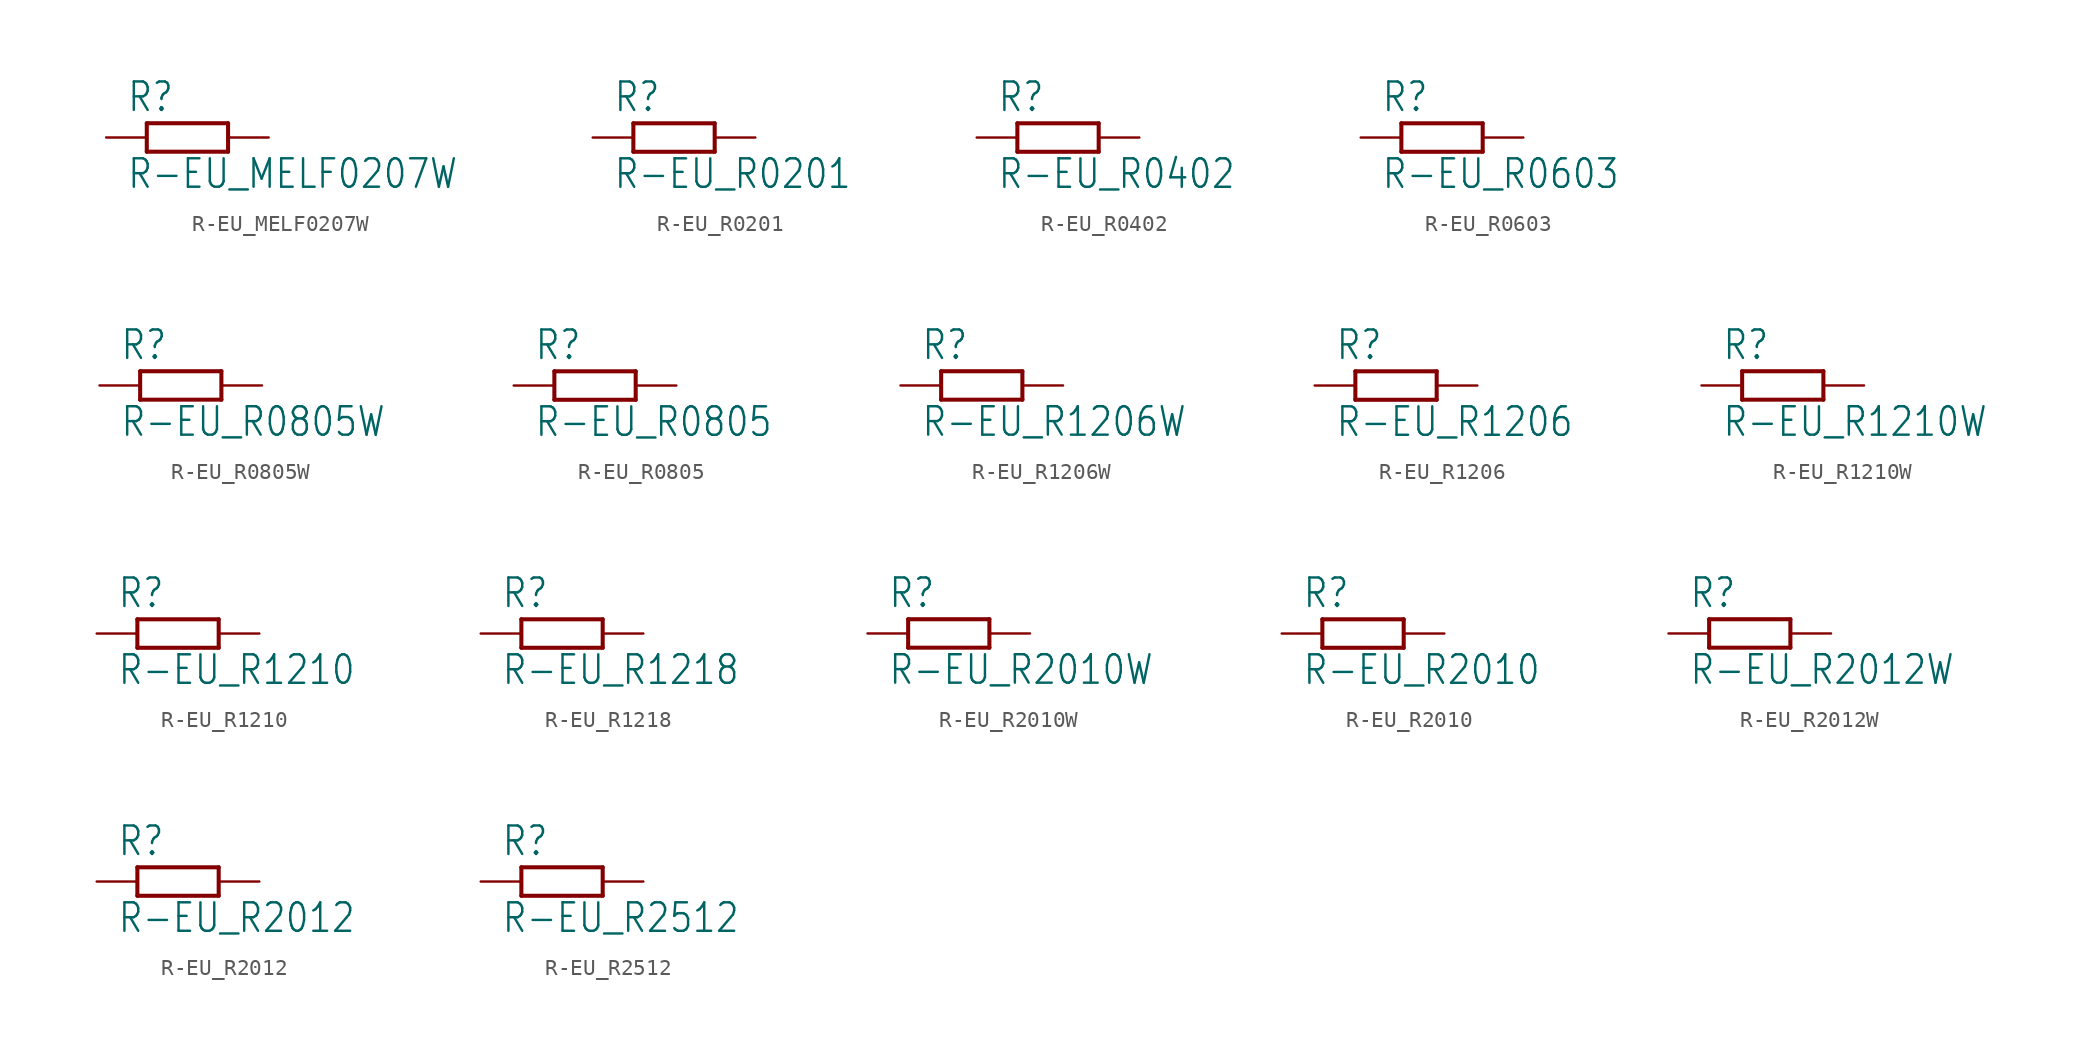
<source format=kicad_sym>
(kicad_symbol_lib
  (version 20220331)
  (generator kicad_symbol_editor)
  (symbol "R-EU_MELF0207W"
    (property "Reference" "R"
      (at -3.81 1.499 0)
      (effects (font (size 1.778 1.511)) (justify left bottom)))
    (property "Value" "R-EU_MELF0207W"
      (at -3.81 -3.302 0)
      (effects (font (size 1.778 1.511)) (justify left bottom)))
    (property "ki_locked" ""
      (at 0 0 0)
      (effects (font (size 1.27 1.27))))
    (symbol "R-EU_MELF0207W_1_0"
      (polyline (pts (xy -2.54 -0.889) (xy -2.54 0.889)) (stroke (width 0.254) (type solid)) (fill (type none)))
      (polyline (pts (xy -2.54 -0.889) (xy 2.54 -0.889)) (stroke (width 0.254) (type solid)) (fill (type none)))
      (polyline (pts (xy 2.54 -0.889) (xy 2.54 0.889)) (stroke (width 0.254) (type solid)) (fill (type none)))
      (polyline (pts (xy 2.54 0.889) (xy -2.54 0.889)) (stroke (width 0.254) (type solid)) (fill (type none)))
      (pin passive line (at -5.08 0 0) (length 2.54) (name "1" (effects (font (size 0 0)))) (number "1" (effects (font (size 0 0)))))
      (pin passive line (at 5.08 0 180) (length 2.54) (name "2" (effects (font (size 0 0)))) (number "2" (effects (font (size 0 0)))))))
  (symbol "R-EU_R0201"
    (property "Reference" "R"
      (at -3.81 1.499 0)
      (effects (font (size 1.778 1.511)) (justify left bottom)))
    (property "Value" "R-EU_R0201"
      (at -3.81 -3.302 0)
      (effects (font (size 1.778 1.511)) (justify left bottom)))
    (property "ki_locked" ""
      (at 0 0 0)
      (effects (font (size 1.27 1.27))))
    (symbol "R-EU_R0201_1_0"
      (polyline (pts (xy -2.54 -0.889) (xy -2.54 0.889)) (stroke (width 0.254) (type solid)) (fill (type none)))
      (polyline (pts (xy -2.54 -0.889) (xy 2.54 -0.889)) (stroke (width 0.254) (type solid)) (fill (type none)))
      (polyline (pts (xy 2.54 -0.889) (xy 2.54 0.889)) (stroke (width 0.254) (type solid)) (fill (type none)))
      (polyline (pts (xy 2.54 0.889) (xy -2.54 0.889)) (stroke (width 0.254) (type solid)) (fill (type none)))
      (pin passive line (at -5.08 0 0) (length 2.54) (name "1" (effects (font (size 0 0)))) (number "1" (effects (font (size 0 0)))))
      (pin passive line (at 5.08 0 180) (length 2.54) (name "2" (effects (font (size 0 0)))) (number "2" (effects (font (size 0 0)))))))
  (symbol "R-EU_R0402"
    (property "Reference" "R"
      (at -3.81 1.499 0)
      (effects (font (size 1.778 1.511)) (justify left bottom)))
    (property "Value" "R-EU_R0402"
      (at -3.81 -3.302 0)
      (effects (font (size 1.778 1.511)) (justify left bottom)))
    (property "ki_locked" ""
      (at 0 0 0)
      (effects (font (size 1.27 1.27))))
    (symbol "R-EU_R0402_1_0"
      (polyline (pts (xy -2.54 -0.889) (xy -2.54 0.889)) (stroke (width 0.254) (type solid)) (fill (type none)))
      (polyline (pts (xy -2.54 -0.889) (xy 2.54 -0.889)) (stroke (width 0.254) (type solid)) (fill (type none)))
      (polyline (pts (xy 2.54 -0.889) (xy 2.54 0.889)) (stroke (width 0.254) (type solid)) (fill (type none)))
      (polyline (pts (xy 2.54 0.889) (xy -2.54 0.889)) (stroke (width 0.254) (type solid)) (fill (type none)))
      (pin passive line (at -5.08 0 0) (length 2.54) (name "1" (effects (font (size 0 0)))) (number "1" (effects (font (size 0 0)))))
      (pin passive line (at 5.08 0 180) (length 2.54) (name "2" (effects (font (size 0 0)))) (number "2" (effects (font (size 0 0)))))))
  (symbol "R-EU_R0603"
    (property "Reference" "R"
      (at -3.81 1.499 0)
      (effects (font (size 1.778 1.511)) (justify left bottom)))
    (property "Value" "R-EU_R0603"
      (at -3.81 -3.302 0)
      (effects (font (size 1.778 1.511)) (justify left bottom)))
    (property "ki_locked" ""
      (at 0 0 0)
      (effects (font (size 1.27 1.27))))
    (symbol "R-EU_R0603_1_0"
      (polyline (pts (xy -2.54 -0.889) (xy -2.54 0.889)) (stroke (width 0.254) (type solid)) (fill (type none)))
      (polyline (pts (xy -2.54 -0.889) (xy 2.54 -0.889)) (stroke (width 0.254) (type solid)) (fill (type none)))
      (polyline (pts (xy 2.54 -0.889) (xy 2.54 0.889)) (stroke (width 0.254) (type solid)) (fill (type none)))
      (polyline (pts (xy 2.54 0.889) (xy -2.54 0.889)) (stroke (width 0.254) (type solid)) (fill (type none)))
      (pin passive line (at -5.08 0 0) (length 2.54) (name "1" (effects (font (size 0 0)))) (number "1" (effects (font (size 0 0)))))
      (pin passive line (at 5.08 0 180) (length 2.54) (name "2" (effects (font (size 0 0)))) (number "2" (effects (font (size 0 0)))))))
  (symbol "R-EU_R0805W"
    (property "Reference" "R"
      (at -3.81 1.499 0)
      (effects (font (size 1.778 1.511)) (justify left bottom)))
    (property "Value" "R-EU_R0805W"
      (at -3.81 -3.302 0)
      (effects (font (size 1.778 1.511)) (justify left bottom)))
    (property "ki_locked" ""
      (at 0 0 0)
      (effects (font (size 1.27 1.27))))
    (symbol "R-EU_R0805W_1_0"
      (polyline (pts (xy -2.54 -0.889) (xy -2.54 0.889)) (stroke (width 0.254) (type solid)) (fill (type none)))
      (polyline (pts (xy -2.54 -0.889) (xy 2.54 -0.889)) (stroke (width 0.254) (type solid)) (fill (type none)))
      (polyline (pts (xy 2.54 -0.889) (xy 2.54 0.889)) (stroke (width 0.254) (type solid)) (fill (type none)))
      (polyline (pts (xy 2.54 0.889) (xy -2.54 0.889)) (stroke (width 0.254) (type solid)) (fill (type none)))
      (pin passive line (at -5.08 0 0) (length 2.54) (name "1" (effects (font (size 0 0)))) (number "1" (effects (font (size 0 0)))))
      (pin passive line (at 5.08 0 180) (length 2.54) (name "2" (effects (font (size 0 0)))) (number "2" (effects (font (size 0 0)))))))
  (symbol "R-EU_R0805"
    (property "Reference" "R"
      (at -3.81 1.499 0)
      (effects (font (size 1.778 1.511)) (justify left bottom)))
    (property "Value" "R-EU_R0805"
      (at -3.81 -3.302 0)
      (effects (font (size 1.778 1.511)) (justify left bottom)))
    (property "ki_locked" ""
      (at 0 0 0)
      (effects (font (size 1.27 1.27))))
    (symbol "R-EU_R0805_1_0"
      (polyline (pts (xy -2.54 -0.889) (xy -2.54 0.889)) (stroke (width 0.254) (type solid)) (fill (type none)))
      (polyline (pts (xy -2.54 -0.889) (xy 2.54 -0.889)) (stroke (width 0.254) (type solid)) (fill (type none)))
      (polyline (pts (xy 2.54 -0.889) (xy 2.54 0.889)) (stroke (width 0.254) (type solid)) (fill (type none)))
      (polyline (pts (xy 2.54 0.889) (xy -2.54 0.889)) (stroke (width 0.254) (type solid)) (fill (type none)))
      (pin passive line (at -5.08 0 0) (length 2.54) (name "1" (effects (font (size 0 0)))) (number "1" (effects (font (size 0 0)))))
      (pin passive line (at 5.08 0 180) (length 2.54) (name "2" (effects (font (size 0 0)))) (number "2" (effects (font (size 0 0)))))))
  (symbol "R-EU_R1206W"
    (property "Reference" "R"
      (at -3.81 1.499 0)
      (effects (font (size 1.778 1.511)) (justify left bottom)))
    (property "Value" "R-EU_R1206W"
      (at -3.81 -3.302 0)
      (effects (font (size 1.778 1.511)) (justify left bottom)))
    (property "ki_locked" ""
      (at 0 0 0)
      (effects (font (size 1.27 1.27))))
    (symbol "R-EU_R1206W_1_0"
      (polyline (pts (xy -2.54 -0.889) (xy -2.54 0.889)) (stroke (width 0.254) (type solid)) (fill (type none)))
      (polyline (pts (xy -2.54 -0.889) (xy 2.54 -0.889)) (stroke (width 0.254) (type solid)) (fill (type none)))
      (polyline (pts (xy 2.54 -0.889) (xy 2.54 0.889)) (stroke (width 0.254) (type solid)) (fill (type none)))
      (polyline (pts (xy 2.54 0.889) (xy -2.54 0.889)) (stroke (width 0.254) (type solid)) (fill (type none)))
      (pin passive line (at -5.08 0 0) (length 2.54) (name "1" (effects (font (size 0 0)))) (number "1" (effects (font (size 0 0)))))
      (pin passive line (at 5.08 0 180) (length 2.54) (name "2" (effects (font (size 0 0)))) (number "2" (effects (font (size 0 0)))))))
  (symbol "R-EU_R1206"
    (property "Reference" "R"
      (at -3.81 1.499 0)
      (effects (font (size 1.778 1.511)) (justify left bottom)))
    (property "Value" "R-EU_R1206"
      (at -3.81 -3.302 0)
      (effects (font (size 1.778 1.511)) (justify left bottom)))
    (property "ki_locked" ""
      (at 0 0 0)
      (effects (font (size 1.27 1.27))))
    (symbol "R-EU_R1206_1_0"
      (polyline (pts (xy -2.54 -0.889) (xy -2.54 0.889)) (stroke (width 0.254) (type solid)) (fill (type none)))
      (polyline (pts (xy -2.54 -0.889) (xy 2.54 -0.889)) (stroke (width 0.254) (type solid)) (fill (type none)))
      (polyline (pts (xy 2.54 -0.889) (xy 2.54 0.889)) (stroke (width 0.254) (type solid)) (fill (type none)))
      (polyline (pts (xy 2.54 0.889) (xy -2.54 0.889)) (stroke (width 0.254) (type solid)) (fill (type none)))
      (pin passive line (at -5.08 0 0) (length 2.54) (name "1" (effects (font (size 0 0)))) (number "1" (effects (font (size 0 0)))))
      (pin passive line (at 5.08 0 180) (length 2.54) (name "2" (effects (font (size 0 0)))) (number "2" (effects (font (size 0 0)))))))
  (symbol "R-EU_R1210W"
    (property "Reference" "R"
      (at -3.81 1.499 0)
      (effects (font (size 1.778 1.511)) (justify left bottom)))
    (property "Value" "R-EU_R1210W"
      (at -3.81 -3.302 0)
      (effects (font (size 1.778 1.511)) (justify left bottom)))
    (property "ki_locked" ""
      (at 0 0 0)
      (effects (font (size 1.27 1.27))))
    (symbol "R-EU_R1210W_1_0"
      (polyline (pts (xy -2.54 -0.889) (xy -2.54 0.889)) (stroke (width 0.254) (type solid)) (fill (type none)))
      (polyline (pts (xy -2.54 -0.889) (xy 2.54 -0.889)) (stroke (width 0.254) (type solid)) (fill (type none)))
      (polyline (pts (xy 2.54 -0.889) (xy 2.54 0.889)) (stroke (width 0.254) (type solid)) (fill (type none)))
      (polyline (pts (xy 2.54 0.889) (xy -2.54 0.889)) (stroke (width 0.254) (type solid)) (fill (type none)))
      (pin passive line (at -5.08 0 0) (length 2.54) (name "1" (effects (font (size 0 0)))) (number "1" (effects (font (size 0 0)))))
      (pin passive line (at 5.08 0 180) (length 2.54) (name "2" (effects (font (size 0 0)))) (number "2" (effects (font (size 0 0)))))))
  (symbol "R-EU_R1210"
    (property "Reference" "R"
      (at -3.81 1.499 0)
      (effects (font (size 1.778 1.511)) (justify left bottom)))
    (property "Value" "R-EU_R1210"
      (at -3.81 -3.302 0)
      (effects (font (size 1.778 1.511)) (justify left bottom)))
    (property "ki_locked" ""
      (at 0 0 0)
      (effects (font (size 1.27 1.27))))
    (symbol "R-EU_R1210_1_0"
      (polyline (pts (xy -2.54 -0.889) (xy -2.54 0.889)) (stroke (width 0.254) (type solid)) (fill (type none)))
      (polyline (pts (xy -2.54 -0.889) (xy 2.54 -0.889)) (stroke (width 0.254) (type solid)) (fill (type none)))
      (polyline (pts (xy 2.54 -0.889) (xy 2.54 0.889)) (stroke (width 0.254) (type solid)) (fill (type none)))
      (polyline (pts (xy 2.54 0.889) (xy -2.54 0.889)) (stroke (width 0.254) (type solid)) (fill (type none)))
      (pin passive line (at -5.08 0 0) (length 2.54) (name "1" (effects (font (size 0 0)))) (number "1" (effects (font (size 0 0)))))
      (pin passive line (at 5.08 0 180) (length 2.54) (name "2" (effects (font (size 0 0)))) (number "2" (effects (font (size 0 0)))))))
  (symbol "R-EU_R1218"
    (property "Reference" "R"
      (at -3.81 1.499 0)
      (effects (font (size 1.778 1.511)) (justify left bottom)))
    (property "Value" "R-EU_R1218"
      (at -3.81 -3.302 0)
      (effects (font (size 1.778 1.511)) (justify left bottom)))
    (property "ki_locked" ""
      (at 0 0 0)
      (effects (font (size 1.27 1.27))))
    (symbol "R-EU_R1218_1_0"
      (polyline (pts (xy -2.54 -0.889) (xy -2.54 0.889)) (stroke (width 0.254) (type solid)) (fill (type none)))
      (polyline (pts (xy -2.54 -0.889) (xy 2.54 -0.889)) (stroke (width 0.254) (type solid)) (fill (type none)))
      (polyline (pts (xy 2.54 -0.889) (xy 2.54 0.889)) (stroke (width 0.254) (type solid)) (fill (type none)))
      (polyline (pts (xy 2.54 0.889) (xy -2.54 0.889)) (stroke (width 0.254) (type solid)) (fill (type none)))
      (pin passive line (at -5.08 0 0) (length 2.54) (name "1" (effects (font (size 0 0)))) (number "1" (effects (font (size 0 0)))))
      (pin passive line (at 5.08 0 180) (length 2.54) (name "2" (effects (font (size 0 0)))) (number "2" (effects (font (size 0 0)))))))
  (symbol "R-EU_R2010W"
    (property "Reference" "R"
      (at -3.81 1.499 0)
      (effects (font (size 1.778 1.511)) (justify left bottom)))
    (property "Value" "R-EU_R2010W"
      (at -3.81 -3.302 0)
      (effects (font (size 1.778 1.511)) (justify left bottom)))
    (property "ki_locked" ""
      (at 0 0 0)
      (effects (font (size 1.27 1.27))))
    (symbol "R-EU_R2010W_1_0"
      (polyline (pts (xy -2.54 -0.889) (xy -2.54 0.889)) (stroke (width 0.254) (type solid)) (fill (type none)))
      (polyline (pts (xy -2.54 -0.889) (xy 2.54 -0.889)) (stroke (width 0.254) (type solid)) (fill (type none)))
      (polyline (pts (xy 2.54 -0.889) (xy 2.54 0.889)) (stroke (width 0.254) (type solid)) (fill (type none)))
      (polyline (pts (xy 2.54 0.889) (xy -2.54 0.889)) (stroke (width 0.254) (type solid)) (fill (type none)))
      (pin passive line (at -5.08 0 0) (length 2.54) (name "1" (effects (font (size 0 0)))) (number "1" (effects (font (size 0 0)))))
      (pin passive line (at 5.08 0 180) (length 2.54) (name "2" (effects (font (size 0 0)))) (number "2" (effects (font (size 0 0)))))))
  (symbol "R-EU_R2010"
    (property "Reference" "R"
      (at -3.81 1.499 0)
      (effects (font (size 1.778 1.511)) (justify left bottom)))
    (property "Value" "R-EU_R2010"
      (at -3.81 -3.302 0)
      (effects (font (size 1.778 1.511)) (justify left bottom)))
    (property "ki_locked" ""
      (at 0 0 0)
      (effects (font (size 1.27 1.27))))
    (symbol "R-EU_R2010_1_0"
      (polyline (pts (xy -2.54 -0.889) (xy -2.54 0.889)) (stroke (width 0.254) (type solid)) (fill (type none)))
      (polyline (pts (xy -2.54 -0.889) (xy 2.54 -0.889)) (stroke (width 0.254) (type solid)) (fill (type none)))
      (polyline (pts (xy 2.54 -0.889) (xy 2.54 0.889)) (stroke (width 0.254) (type solid)) (fill (type none)))
      (polyline (pts (xy 2.54 0.889) (xy -2.54 0.889)) (stroke (width 0.254) (type solid)) (fill (type none)))
      (pin passive line (at -5.08 0 0) (length 2.54) (name "1" (effects (font (size 0 0)))) (number "1" (effects (font (size 0 0)))))
      (pin passive line (at 5.08 0 180) (length 2.54) (name "2" (effects (font (size 0 0)))) (number "2" (effects (font (size 0 0)))))))
  (symbol "R-EU_R2012W"
    (property "Reference" "R"
      (at -3.81 1.499 0)
      (effects (font (size 1.778 1.511)) (justify left bottom)))
    (property "Value" "R-EU_R2012W"
      (at -3.81 -3.302 0)
      (effects (font (size 1.778 1.511)) (justify left bottom)))
    (property "ki_locked" ""
      (at 0 0 0)
      (effects (font (size 1.27 1.27))))
    (symbol "R-EU_R2012W_1_0"
      (polyline (pts (xy -2.54 -0.889) (xy -2.54 0.889)) (stroke (width 0.254) (type solid)) (fill (type none)))
      (polyline (pts (xy -2.54 -0.889) (xy 2.54 -0.889)) (stroke (width 0.254) (type solid)) (fill (type none)))
      (polyline (pts (xy 2.54 -0.889) (xy 2.54 0.889)) (stroke (width 0.254) (type solid)) (fill (type none)))
      (polyline (pts (xy 2.54 0.889) (xy -2.54 0.889)) (stroke (width 0.254) (type solid)) (fill (type none)))
      (pin passive line (at -5.08 0 0) (length 2.54) (name "1" (effects (font (size 0 0)))) (number "1" (effects (font (size 0 0)))))
      (pin passive line (at 5.08 0 180) (length 2.54) (name "2" (effects (font (size 0 0)))) (number "2" (effects (font (size 0 0)))))))
  (symbol "R-EU_R2012"
    (property "Reference" "R"
      (at -3.81 1.499 0)
      (effects (font (size 1.778 1.511)) (justify left bottom)))
    (property "Value" "R-EU_R2012"
      (at -3.81 -3.302 0)
      (effects (font (size 1.778 1.511)) (justify left bottom)))
    (property "ki_locked" ""
      (at 0 0 0)
      (effects (font (size 1.27 1.27))))
    (symbol "R-EU_R2012_1_0"
      (polyline (pts (xy -2.54 -0.889) (xy -2.54 0.889)) (stroke (width 0.254) (type solid)) (fill (type none)))
      (polyline (pts (xy -2.54 -0.889) (xy 2.54 -0.889)) (stroke (width 0.254) (type solid)) (fill (type none)))
      (polyline (pts (xy 2.54 -0.889) (xy 2.54 0.889)) (stroke (width 0.254) (type solid)) (fill (type none)))
      (polyline (pts (xy 2.54 0.889) (xy -2.54 0.889)) (stroke (width 0.254) (type solid)) (fill (type none)))
      (pin passive line (at -5.08 0 0) (length 2.54) (name "1" (effects (font (size 0 0)))) (number "1" (effects (font (size 0 0)))))
      (pin passive line (at 5.08 0 180) (length 2.54) (name "2" (effects (font (size 0 0)))) (number "2" (effects (font (size 0 0)))))))
  (symbol "R-EU_R2512"
    (property "Reference" "R"
      (at -3.81 1.499 0)
      (effects (font (size 1.778 1.511)) (justify left bottom)))
    (property "Value" "R-EU_R2512"
      (at -3.81 -3.302 0)
      (effects (font (size 1.778 1.511)) (justify left bottom)))
    (property "ki_locked" ""
      (at 0 0 0)
      (effects (font (size 1.27 1.27))))
    (symbol "R-EU_R2512_1_0"
      (polyline (pts (xy -2.54 -0.889) (xy -2.54 0.889)) (stroke (width 0.254) (type solid)) (fill (type none)))
      (polyline (pts (xy -2.54 -0.889) (xy 2.54 -0.889)) (stroke (width 0.254) (type solid)) (fill (type none)))
      (polyline (pts (xy 2.54 -0.889) (xy 2.54 0.889)) (stroke (width 0.254) (type solid)) (fill (type none)))
      (polyline (pts (xy 2.54 0.889) (xy -2.54 0.889)) (stroke (width 0.254) (type solid)) (fill (type none)))
      (pin passive line (at -5.08 0 0) (length 2.54) (name "1" (effects (font (size 0 0)))) (number "1" (effects (font (size 0 0)))))
      (pin passive line (at 5.08 0 180) (length 2.54) (name "2" (effects (font (size 0 0)))) (number "2" (effects (font (size 0 0))))))))
</source>
